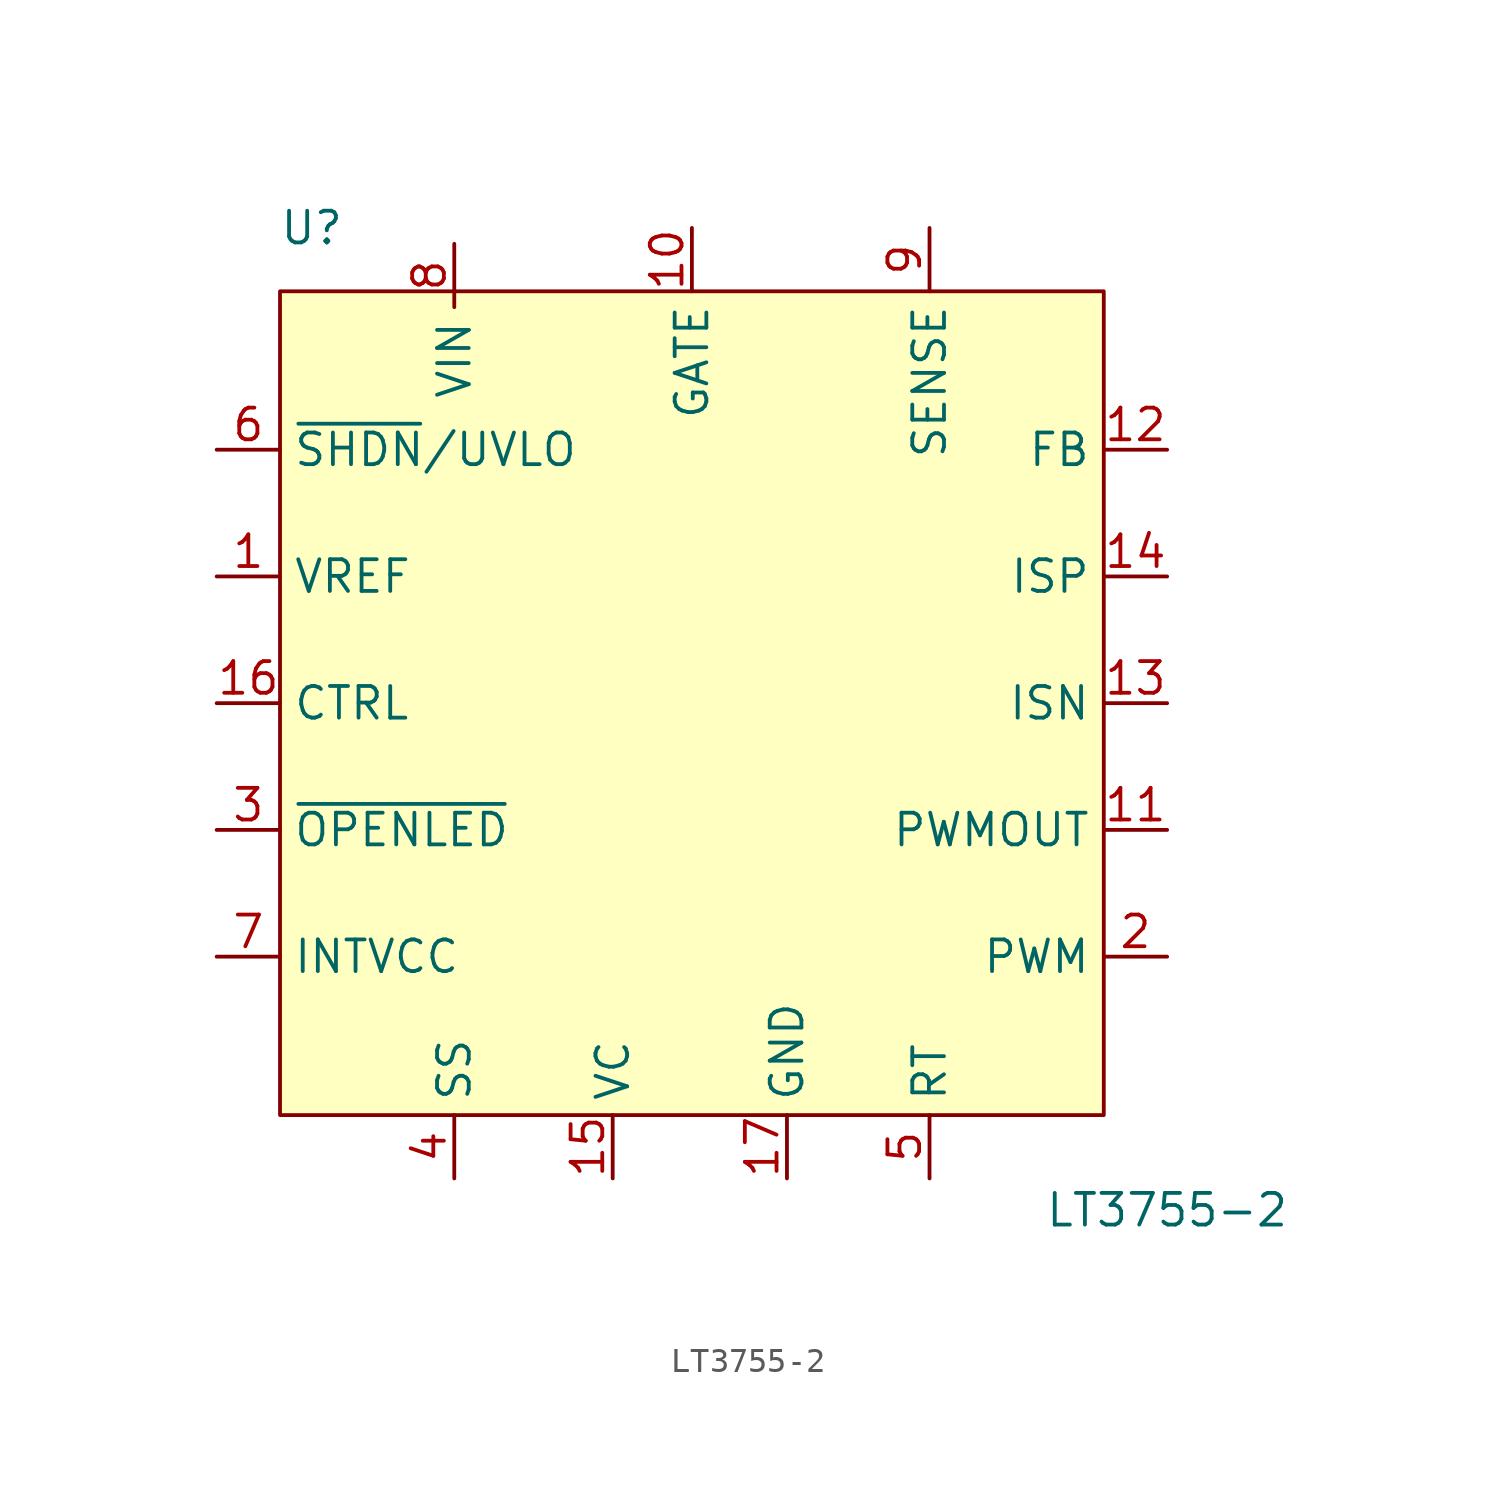
<source format=kicad_sym>
(kicad_symbol_lib
  (version 20220914)
  (generator kicad_symbol_editor)
  (symbol "LT3755-2"
    (property "Reference" "U"
      (at -15.24 19.05 0)
      (effects (font (size 1.27 1.27))))
    (property "Value" "LT3755-2"
      (at 19.05 -20.32 0)
      (effects (font (size 1.27 1.27))))
    (symbol "LT3755-2_0_0"
      (pin output line (at -19.05 5.08 0) (length 2.54) (name "VREF" (effects (font (size 1.27 1.27)))) (number "1" (effects (font (size 1.27 1.27)))))
      (pin output line (at 0 19.05 270) (length 2.54) (name "GATE" (effects (font (size 1.27 1.27)))) (number "10" (effects (font (size 1.27 1.27)))))
      (pin output line (at 19.05 -5.08 180) (length 2.54) (name "PWMOUT" (effects (font (size 1.27 1.27)))) (number "11" (effects (font (size 1.27 1.27)))))
      (pin input line (at 19.05 10.16 180) (length 2.54) (name "FB" (effects (font (size 1.27 1.27)))) (number "12" (effects (font (size 1.27 1.27)))))
      (pin input line (at 19.05 0 180) (length 2.54) (name "ISN" (effects (font (size 1.27 1.27)))) (number "13" (effects (font (size 1.27 1.27)))))
      (pin input line (at 19.05 5.08 180) (length 2.54) (name "ISP" (effects (font (size 1.27 1.27)))) (number "14" (effects (font (size 1.27 1.27)))))
      (pin output line (at -3.175 -19.05 90) (length 2.54) (name "VC" (effects (font (size 1.27 1.27)))) (number "15" (effects (font (size 1.27 1.27)))))
      (pin input line (at -19.05 0 0) (length 2.54) (name "CTRL" (effects (font (size 1.27 1.27)))) (number "16" (effects (font (size 1.27 1.27)))))
      (pin passive line (at 3.81 -19.05 90) (length 2.54) (name "GND" (effects (font (size 1.27 1.27)))) (number "17" (effects (font (size 1.27 1.27)))))
      (pin input line (at 19.05 -10.16 180) (length 2.54) (name "PWM" (effects (font (size 1.27 1.27)))) (number "2" (effects (font (size 1.27 1.27)))))
      (pin input line (at -9.525 -19.05 90) (length 2.54) (name "SS" (effects (font (size 1.27 1.27)))) (number "4" (effects (font (size 1.27 1.27)))))
      (pin passive line (at 9.525 -19.05 90) (length 2.54) (name "RT" (effects (font (size 1.27 1.27)))) (number "5" (effects (font (size 1.27 1.27)))))
      (pin input line (at -19.05 10.16 0) (length 2.54) (name "~{SHDN}/UVLO" (effects (font (size 1.27 1.27)))) (number "6" (effects (font (size 1.27 1.27)))))
      (pin passive line (at -19.05 -10.16 0) (length 2.54) (name "INTVCC" (effects (font (size 1.27 1.27)))) (number "7" (effects (font (size 1.27 1.27)))))
      (pin power_in line (at -9.525 18.415 270) (length 2.54) (name "VIN" (effects (font (size 1.27 1.27)))) (number "8" (effects (font (size 1.27 1.27)))))
      (pin input line (at 9.525 19.05 270) (length 2.54) (name "SENSE" (effects (font (size 1.27 1.27)))) (number "9" (effects (font (size 1.27 1.27))))))
    (symbol "LT3755-2_1_0"
      (pin input line (at -19.05 -5.08 0) (length 2.54) (name "~{OPENLED}" (effects (font (size 1.27 1.27)))) (number "3" (effects (font (size 1.27 1.27))))))
    (symbol "LT3755-2_1_1"
      (rectangle (start -16.51 16.51) (end 16.51 -16.51) (stroke (width 0) (type default)) (fill (type background))))))
</source>
